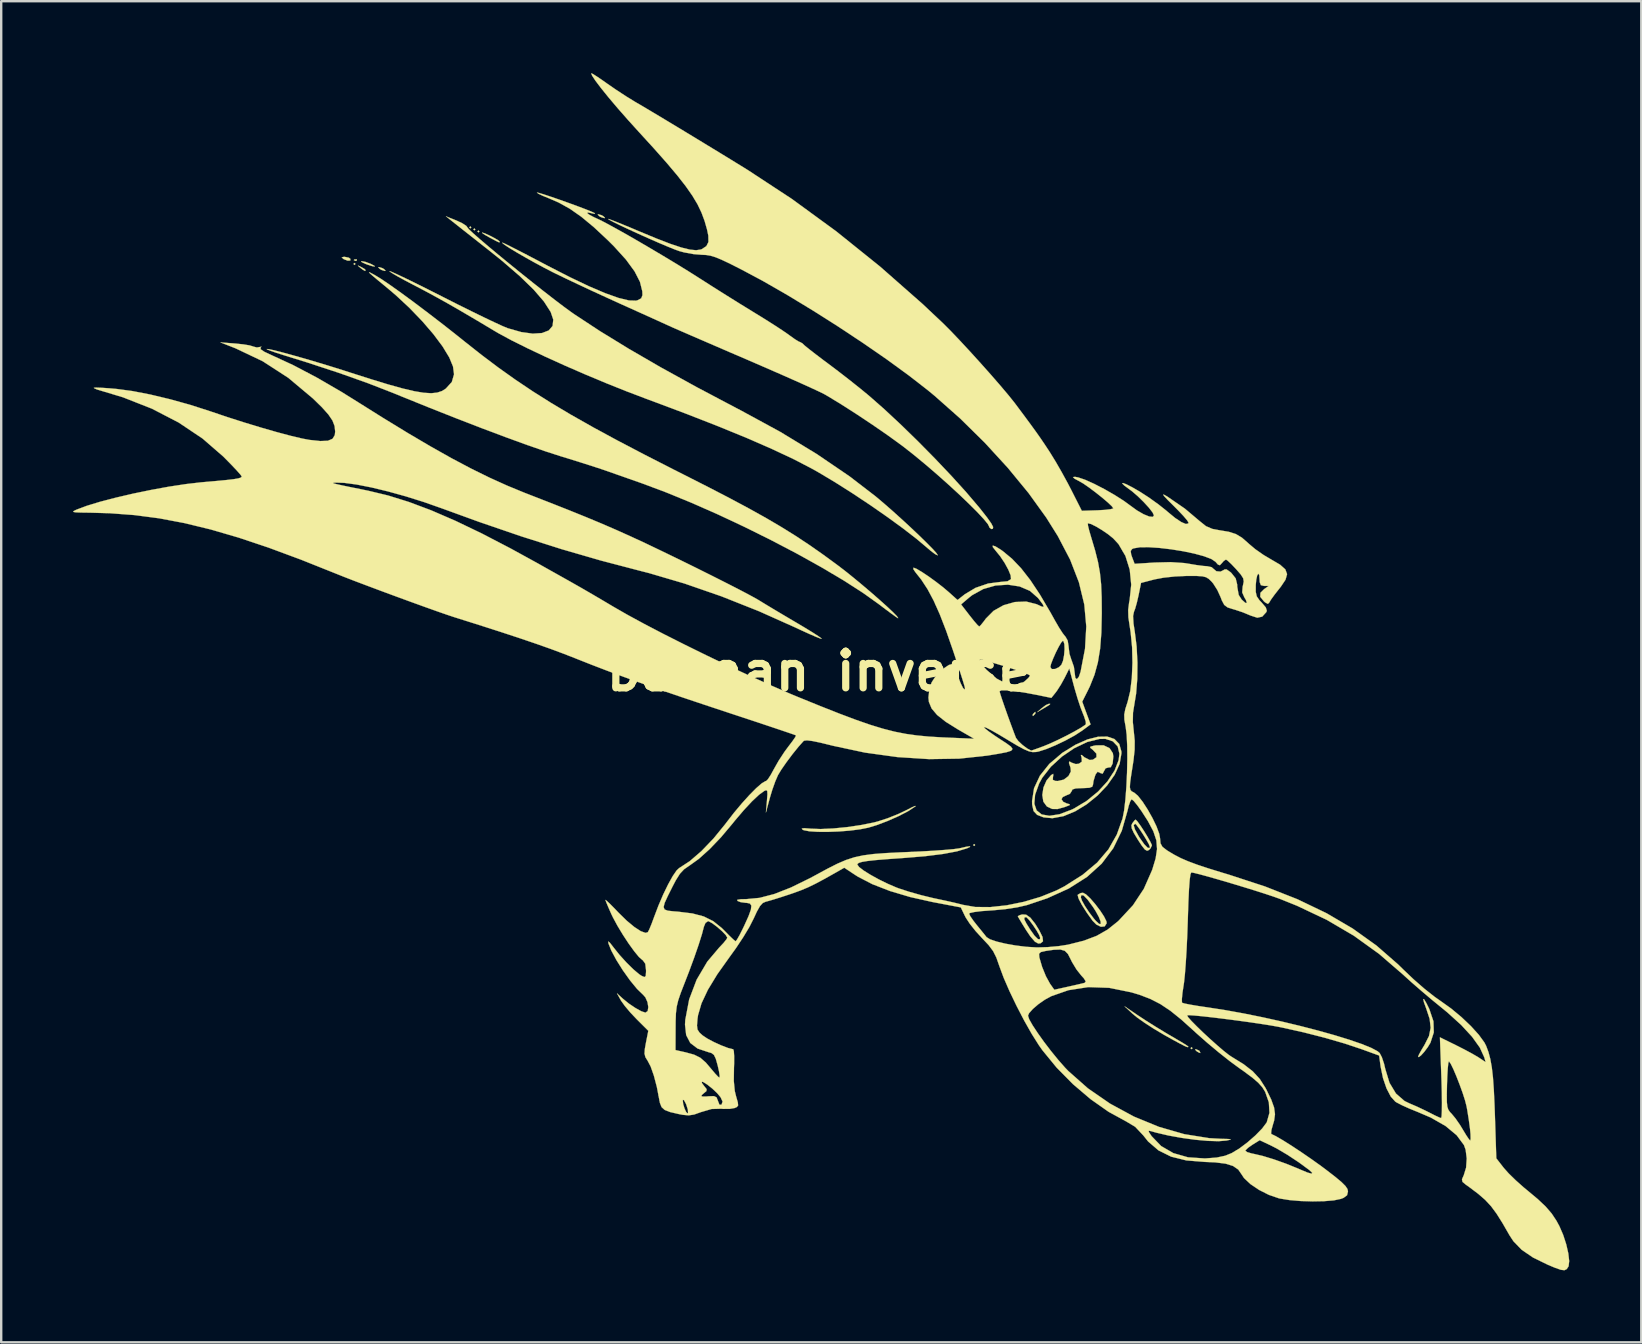
<source format=kicad_pcb>
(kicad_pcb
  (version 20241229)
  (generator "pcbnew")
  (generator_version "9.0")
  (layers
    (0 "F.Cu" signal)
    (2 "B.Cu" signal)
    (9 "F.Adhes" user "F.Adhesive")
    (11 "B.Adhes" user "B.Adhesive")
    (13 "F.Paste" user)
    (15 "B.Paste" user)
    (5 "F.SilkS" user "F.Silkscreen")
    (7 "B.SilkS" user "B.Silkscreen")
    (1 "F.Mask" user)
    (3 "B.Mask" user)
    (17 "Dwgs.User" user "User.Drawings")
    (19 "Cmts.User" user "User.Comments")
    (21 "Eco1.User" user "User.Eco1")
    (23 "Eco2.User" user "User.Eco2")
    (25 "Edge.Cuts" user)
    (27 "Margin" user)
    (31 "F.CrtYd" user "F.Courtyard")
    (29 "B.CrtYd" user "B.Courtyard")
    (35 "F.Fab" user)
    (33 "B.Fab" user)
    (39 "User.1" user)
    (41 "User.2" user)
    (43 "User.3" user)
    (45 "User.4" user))
  (footprint "batman inverse"
    (layer "F.Cu")
    (at 31.069 24.925)
    (property "Reference" "batman inverse" (at 0 0 0) (layer "F.SilkS") (effects (font (size 1.524 1.524) (thickness 0.3))))
    (attr through_hole)
    (fp_poly (pts (xy -19.304 -16.976) (xy -19.346 -16.933) (xy -19.389 -16.976) (xy -19.346 -17.018) (xy -19.304 -16.976)) (stroke (width 0.01) (type solid)) (fill yes) (layer "F.SilkS"))
    (fp_poly (pts (xy -14.478 -18.5) (xy -14.52 -18.457) (xy -14.563 -18.5) (xy -14.52 -18.542) (xy -14.478 -18.5)) (stroke (width 0.01) (type solid)) (fill yes) (layer "F.SilkS"))
    (fp_poly (pts (xy -14.309 -18.415) (xy -14.351 -18.373) (xy -14.393 -18.415) (xy -14.351 -18.457) (xy -14.309 -18.415)) (stroke (width 0.01) (type solid)) (fill yes) (layer "F.SilkS"))
    (fp_poly (pts (xy -14.139 -18.33) (xy -14.182 -18.288) (xy -14.224 -18.33) (xy -14.182 -18.373) (xy -14.139 -18.33)) (stroke (width 0.01) (type solid)) (fill yes) (layer "F.SilkS"))
    (fp_poly (pts (xy 6.519 7.239) (xy 6.477 7.281) (xy 6.435 7.239) (xy 6.477 7.197) (xy 6.519 7.239)) (stroke (width 0.01) (type solid)) (fill yes) (layer "F.SilkS"))
    (fp_poly (pts (xy 15.579 15.706) (xy 15.536 15.748) (xy 15.494 15.706) (xy 15.536 15.663) (xy 15.579 15.706)) (stroke (width 0.01) (type solid)) (fill yes) (layer "F.SilkS"))
    (fp_poly (pts (xy -19.248 -17.159) (xy -19.259 -17.109) (xy -19.304 -17.103) (xy -19.374 -17.134) (xy -19.36 -17.159) (xy -19.26 -17.169) (xy -19.248 -17.159)) (stroke (width 0.01) (type solid)) (fill yes) (layer "F.SilkS"))
    (fp_poly (pts (xy 15.857 15.81) (xy 15.875 15.833) (xy 15.905 15.909) (xy 15.825 15.88) (xy 15.748 15.833) (xy 15.683 15.765) (xy 15.722 15.749) (xy 15.857 15.81)) (stroke (width 0.01) (type solid)) (fill yes) (layer "F.SilkS"))
    (fp_poly (pts (xy -19.176 -16.9) (xy -19.071 -16.85) (xy -18.927 -16.767) (xy -18.881 -16.719) (xy -18.907 -16.683) (xy -19.009 -16.742) (xy -19.097 -16.811) (xy -19.206 -16.902) (xy -19.176 -16.9)) (stroke (width 0.01) (type solid)) (fill yes) (layer "F.SilkS"))
    (fp_poly (pts (xy -18.191 -16.804) (xy -18.119 -16.764) (xy -18.051 -16.697) (xy -18.076 -16.682) (xy -18.215 -16.724) (xy -18.288 -16.764) (xy -18.356 -16.831) (xy -18.33 -16.846) (xy -18.191 -16.804)) (stroke (width 0.01) (type solid)) (fill yes) (layer "F.SilkS"))
    (fp_poly (pts (xy -9.047 -19.005) (xy -8.975 -18.965) (xy -8.907 -18.898) (xy -8.932 -18.883) (xy -9.071 -18.925) (xy -9.144 -18.965) (xy -9.212 -19.032) (xy -9.186 -19.047) (xy -9.047 -19.005)) (stroke (width 0.01) (type solid)) (fill yes) (layer "F.SilkS"))
    (fp_poly (pts (xy 9.033 1.748) (xy 9.017 1.778) (xy 8.937 1.859) (xy 8.922 1.863) (xy 8.917 1.808) (xy 8.932 1.778) (xy 9.012 1.697) (xy 9.027 1.693) (xy 9.033 1.748)) (stroke (width 0.01) (type solid)) (fill yes) (layer "F.SilkS"))
    (fp_poly (pts (xy 9.647 1.359) (xy 9.628 1.389) (xy 9.508 1.465) (xy 9.356 1.555) (xy 9.102 1.703) (xy 9.302 1.529) (xy 9.469 1.406) (xy 9.591 1.355) (xy 9.647 1.359)) (stroke (width 0.01) (type solid)) (fill yes) (layer "F.SilkS"))
    (fp_poly (pts (xy -19.583 -17.237) (xy -19.516 -17.187) (xy -19.522 -17.118) (xy -19.63 -17.112) (xy -19.785 -17.171) (xy -19.812 -17.187) (xy -19.88 -17.25) (xy -19.796 -17.27) (xy -19.753 -17.271) (xy -19.583 -17.237)) (stroke (width 0.01) (type solid)) (fill yes) (layer "F.SilkS"))
    (fp_poly (pts (xy -18.887 -17.061) (xy -18.672 -16.98) (xy -18.669 -16.979) (xy -18.514 -16.897) (xy -18.501 -16.866) (xy -18.611 -16.885) (xy -18.824 -16.954) (xy -18.881 -16.976) (xy -19.037 -17.047) (xy -19.071 -17.089) (xy -19.05 -17.092) (xy -18.887 -17.061)) (stroke (width 0.01) (type solid)) (fill yes) (layer "F.SilkS"))
    (fp_poly (pts (xy -13.919 -18.252) (xy -13.732 -18.168) (xy -13.527 -18.062) (xy -13.361 -17.965) (xy -13.293 -17.905) (xy -13.293 -17.905) (xy -13.298 -17.877) (xy -13.339 -17.882) (xy -13.45 -17.935) (xy -13.669 -18.051) (xy -13.716 -18.076) (xy -13.917 -18.191) (xy -14.026 -18.267) (xy -14.03 -18.284) (xy -13.919 -18.252)) (stroke (width 0.01) (type solid)) (fill yes) (layer "F.SilkS"))
    (fp_poly (pts (xy 25.23 13.672) (xy 25.328 13.837) (xy 25.445 14.076) (xy 25.617 14.585) (xy 25.632 15.049) (xy 25.494 15.476) (xy 25.378 15.668) (xy 25.237 15.856) (xy 25.102 16.005) (xy 25.005 16.079) (xy 24.977 16.059) (xy 25.018 15.963) (xy 25.125 15.77) (xy 25.248 15.564) (xy 25.432 15.199) (xy 25.501 14.857) (xy 25.459 14.486) (xy 25.322 14.071) (xy 25.22 13.789) (xy 25.192 13.656) (xy 25.23 13.672)) (stroke (width 0.01) (type solid)) (fill yes) (layer "F.SilkS"))
    (fp_poly (pts (xy 13.293 14.333) (xy 13.62 14.548) (xy 14.027 14.804) (xy 14.443 15.057) (xy 14.605 15.153) (xy 14.973 15.368) (xy 15.215 15.513) (xy 15.352 15.6) (xy 15.405 15.645) (xy 15.394 15.66) (xy 15.36 15.661) (xy 15.261 15.621) (xy 15.046 15.511) (xy 14.746 15.349) (xy 14.392 15.151) (xy 14.36 15.132) (xy 13.965 14.897) (xy 13.591 14.655) (xy 13.28 14.436) (xy 13.09 14.281) (xy 12.742 13.958) (xy 13.293 14.333)) (stroke (width 0.01) (type solid)) (fill yes) (layer "F.SilkS"))
    (fp_poly (pts (xy 4.039 5.619) (xy 4.022 5.635) (xy 3.734 5.825) (xy 3.334 6.033) (xy 2.874 6.237) (xy 2.407 6.413) (xy 2.068 6.516) (xy 1.722 6.585) (xy 1.301 6.639) (xy 0.842 6.675) (xy 0.383 6.692) (xy -0.039 6.69) (xy -0.386 6.668) (xy -0.62 6.624) (xy -0.677 6.597) (xy -0.706 6.55) (xy -0.595 6.538) (xy -0.339 6.558) (xy 0.077 6.574) (xy 0.603 6.55) (xy 1.184 6.493) (xy 1.767 6.407) (xy 2.298 6.3) (xy 2.455 6.259) (xy 2.867 6.126) (xy 3.307 5.951) (xy 3.641 5.793) (xy 3.878 5.671) (xy 4.018 5.61) (xy 4.039 5.619)) (stroke (width 0.01) (type solid)) (fill yes) (layer "F.SilkS"))
    (fp_poly (pts (xy 8.642 10.142) (xy 8.819 10.266) (xy 9.022 10.523) (xy 9.184 10.784) (xy 9.326 11.071) (xy 9.347 11.251) (xy 9.247 11.335) (xy 9.148 11.345) (xy 9.011 11.269) (xy 8.821 11.05) (xy 8.645 10.79) (xy 8.481 10.524) (xy 8.358 10.32) (xy 8.328 10.265) (xy 8.569 10.265) (xy 8.57 10.342) (xy 8.652 10.505) (xy 8.814 10.766) (xy 8.996 11.022) (xy 9.135 11.161) (xy 9.215 11.169) (xy 9.229 11.108) (xy 9.184 10.985) (xy 9.072 10.79) (xy 8.926 10.572) (xy 8.781 10.379) (xy 8.669 10.26) (xy 8.638 10.245) (xy 8.569 10.265) (xy 8.328 10.265) (xy 8.299 10.214) (xy 8.297 10.207) (xy 8.367 10.167) (xy 8.473 10.134) (xy 8.642 10.142)) (stroke (width 0.01) (type solid)) (fill yes) (layer "F.SilkS"))
    (fp_poly (pts (xy 11.137 9.295) (xy 11.318 9.466) (xy 11.524 9.704) (xy 11.725 9.968) (xy 11.89 10.219) (xy 11.988 10.417) (xy 12.001 10.499) (xy 11.916 10.631) (xy 11.758 10.647) (xy 11.567 10.552) (xy 11.414 10.397) (xy 11.164 10.048) (xy 10.966 9.735) (xy 10.836 9.488) (xy 10.816 9.421) (xy 10.922 9.421) (xy 10.971 9.56) (xy 11.096 9.784) (xy 11.269 10.045) (xy 11.459 10.296) (xy 11.548 10.4) (xy 11.688 10.529) (xy 11.753 10.53) (xy 11.747 10.425) (xy 11.673 10.238) (xy 11.537 9.988) (xy 11.432 9.825) (xy 11.202 9.51) (xy 11.039 9.343) (xy 10.945 9.326) (xy 10.922 9.421) (xy 10.816 9.421) (xy 10.791 9.334) (xy 10.797 9.31) (xy 10.915 9.242) (xy 11.012 9.229) (xy 11.137 9.295)) (stroke (width 0.01) (type solid)) (fill yes) (layer "F.SilkS"))
    (fp_poly (pts (xy 13.275 6.248) (xy 13.398 6.418) (xy 13.549 6.646) (xy 13.698 6.889) (xy 13.818 7.101) (xy 13.882 7.237) (xy 13.885 7.257) (xy 13.827 7.38) (xy 13.761 7.448) (xy 13.683 7.48) (xy 13.591 7.427) (xy 13.463 7.266) (xy 13.303 7.023) (xy 13.13 6.735) (xy 13.044 6.547) (xy 13.032 6.419) (xy 13.036 6.41) (xy 13.125 6.41) (xy 13.177 6.588) (xy 13.341 6.885) (xy 13.386 6.956) (xy 13.563 7.205) (xy 13.702 7.348) (xy 13.785 7.369) (xy 13.801 7.315) (xy 13.759 7.208) (xy 13.652 7.017) (xy 13.512 6.789) (xy 13.367 6.571) (xy 13.248 6.41) (xy 13.187 6.352) (xy 13.125 6.41) (xy 13.036 6.41) (xy 13.066 6.337) (xy 13.161 6.213) (xy 13.207 6.181) (xy 13.275 6.248)) (stroke (width 0.01) (type solid)) (fill yes) (layer "F.SilkS"))
    (fp_poly (pts (xy 12.323 2.822) (xy 12.524 3.029) (xy 12.613 3.342) (xy 12.615 3.419) (xy 12.54 3.86) (xy 12.333 4.313) (xy 12.018 4.759) (xy 11.622 5.175) (xy 11.17 5.541) (xy 10.689 5.835) (xy 10.204 6.036) (xy 9.741 6.122) (xy 9.371 6.087) (xy 9.102 5.983) (xy 8.953 5.824) (xy 8.895 5.565) (xy 8.894 5.52) (xy 8.985 5.52) (xy 9.08 5.796) (xy 9.292 5.966) (xy 9.612 6.022) (xy 10.031 5.958) (xy 10.538 5.767) (xy 10.642 5.717) (xy 11.17 5.398) (xy 11.642 5.011) (xy 12.036 4.582) (xy 12.328 4.137) (xy 12.497 3.704) (xy 12.531 3.438) (xy 12.459 3.132) (xy 12.258 2.92) (xy 11.951 2.817) (xy 11.702 2.818) (xy 11.189 2.946) (xy 10.653 3.202) (xy 10.136 3.554) (xy 9.677 3.974) (xy 9.319 4.432) (xy 9.185 4.675) (xy 9.017 5.144) (xy 8.985 5.52) (xy 8.894 5.52) (xy 8.89 5.405) (xy 8.973 4.874) (xy 9.216 4.353) (xy 9.609 3.859) (xy 10.144 3.405) (xy 10.17 3.387) (xy 10.701 3.06) (xy 11.197 2.84) (xy 11.643 2.727) (xy 12.024 2.721) (xy 12.323 2.822)) (stroke (width 0.01) (type solid)) (fill yes) (layer "F.SilkS"))
    (fp_poly (pts (xy 12.119 3.201) (xy 12.258 3.414) (xy 12.277 3.551) (xy 12.249 3.845) (xy 12.169 3.999) (xy 12.066 4.01) (xy 11.955 4.044) (xy 11.896 4.147) (xy 11.831 4.268) (xy 11.736 4.241) (xy 11.721 4.229) (xy 11.623 4.188) (xy 11.547 4.283) (xy 11.516 4.357) (xy 11.451 4.575) (xy 11.43 4.726) (xy 11.398 4.811) (xy 11.278 4.855) (xy 11.031 4.868) (xy 10.986 4.868) (xy 10.712 4.881) (xy 10.575 4.924) (xy 10.541 4.995) (xy 10.468 5.106) (xy 10.329 5.165) (xy 10.17 5.24) (xy 10.118 5.331) (xy 10.19 5.44) (xy 10.329 5.504) (xy 10.459 5.541) (xy 10.457 5.577) (xy 10.309 5.636) (xy 10.253 5.656) (xy 9.949 5.741) (xy 9.727 5.737) (xy 9.525 5.642) (xy 9.502 5.626) (xy 9.361 5.433) (xy 9.317 5.155) (xy 9.365 4.843) (xy 9.496 4.545) (xy 9.682 4.328) (xy 9.771 4.273) (xy 9.774 4.352) (xy 9.762 4.398) (xy 9.757 4.522) (xy 9.858 4.568) (xy 9.966 4.572) (xy 10.212 4.514) (xy 10.406 4.367) (xy 10.507 4.176) (xy 10.495 4.022) (xy 10.427 3.818) (xy 10.449 3.755) (xy 10.537 3.807) (xy 10.712 3.866) (xy 10.837 3.853) (xy 10.964 3.768) (xy 10.957 3.613) (xy 10.924 3.488) (xy 10.964 3.49) (xy 11.074 3.585) (xy 11.293 3.696) (xy 11.424 3.685) (xy 11.574 3.581) (xy 11.572 3.433) (xy 11.419 3.27) (xy 11.312 3.186) (xy 11.325 3.139) (xy 11.479 3.099) (xy 11.547 3.087) (xy 11.872 3.085) (xy 12.119 3.201)) (stroke (width 0.01) (type solid)) (fill yes) (layer "F.SilkS"))
    (fp_poly (pts (xy -15.092 -18.783) (xy -14.85 -18.669) (xy -14.688 -18.563) (xy -14.647 -18.506) (xy -14.584 -18.426) (xy -14.404 -18.257) (xy -14.128 -18.014) (xy -13.774 -17.712) (xy -13.359 -17.366) (xy -12.903 -16.992) (xy -12.423 -16.603) (xy -11.938 -16.215) (xy -11.467 -15.843) (xy -11.028 -15.502) (xy -10.639 -15.206) (xy -10.319 -14.972) (xy -10.195 -14.885) (xy -9.126 -14.182) (xy -7.923 -13.444) (xy -6.579 -12.665) (xy -5.087 -11.843) (xy -3.441 -10.973) (xy -3.26 -10.879) (xy -1.605 -9.979) (xy -0.086 -9.057) (xy 1.286 -8.123) (xy 2.371 -7.289) (xy 2.701 -7.011) (xy 3.065 -6.693) (xy 3.444 -6.351) (xy 3.819 -6.006) (xy 4.17 -5.674) (xy 4.478 -5.373) (xy 4.726 -5.123) (xy 4.893 -4.94) (xy 4.96 -4.843) (xy 4.953 -4.832) (xy 4.847 -4.885) (xy 4.666 -5.021) (xy 4.53 -5.137) (xy 4.073 -5.522) (xy 3.5 -5.965) (xy 2.841 -6.444) (xy 2.13 -6.938) (xy 1.398 -7.424) (xy 0.678 -7.88) (xy 0.001 -8.284) (xy -0.27 -8.437) (xy -1.02 -8.828) (xy -1.926 -9.254) (xy -2.987 -9.718) (xy -4.208 -10.218) (xy -5.589 -10.757) (xy -7.132 -11.335) (xy -7.195 -11.358) (xy -8.006 -11.666) (xy -8.858 -12.007) (xy -9.726 -12.37) (xy -10.582 -12.742) (xy -11.398 -13.112) (xy -12.146 -13.466) (xy -12.8 -13.792) (xy -13.331 -14.079) (xy -13.49 -14.172) (xy -14.237 -14.618) (xy -14.871 -14.991) (xy -15.424 -15.31) (xy -15.926 -15.59) (xy -16.408 -15.851) (xy -16.891 -16.104) (xy -17.269 -16.303) (xy -17.576 -16.472) (xy -17.789 -16.598) (xy -17.886 -16.667) (xy -17.884 -16.676) (xy -17.783 -16.64) (xy -17.552 -16.535) (xy -17.211 -16.373) (xy -16.778 -16.162) (xy -16.276 -15.911) (xy -15.723 -15.632) (xy -15.598 -15.568) (xy -15.014 -15.273) (xy -14.455 -14.996) (xy -13.947 -14.748) (xy -13.514 -14.542) (xy -13.179 -14.388) (xy -12.968 -14.3) (xy -12.954 -14.295) (xy -12.394 -14.136) (xy -11.916 -14.071) (xy -11.531 -14.096) (xy -11.251 -14.204) (xy -11.091 -14.392) (xy -11.062 -14.655) (xy -11.17 -14.974) (xy -11.449 -15.407) (xy -11.879 -15.906) (xy -12.461 -16.471) (xy -13.195 -17.104) (xy -13.637 -17.46) (xy -14.063 -17.796) (xy -14.463 -18.112) (xy -14.811 -18.386) (xy -15.079 -18.598) (xy -15.241 -18.727) (xy -15.246 -18.73) (xy -15.536 -18.961) (xy -15.092 -18.783)) (stroke (width 0.01) (type solid)) (fill yes) (layer "F.SilkS"))
    (fp_poly (pts (xy -18.68 -16.609) (xy -18.537 -16.532) (xy -18.478 -16.499) (xy -18.21 -16.334) (xy -17.833 -16.077) (xy -17.369 -15.746) (xy -16.838 -15.355) (xy -16.263 -14.921) (xy -15.665 -14.461) (xy -15.065 -13.989) (xy -14.752 -13.738) (xy -14.046 -13.181) (xy -13.351 -12.657) (xy -12.65 -12.158) (xy -11.924 -11.671) (xy -11.156 -11.186) (xy -10.328 -10.693) (xy -9.421 -10.179) (xy -8.418 -9.635) (xy -7.3 -9.049) (xy -6.051 -8.41) (xy -5.63 -8.198) (xy -4.595 -7.673) (xy -3.693 -7.205) (xy -2.901 -6.781) (xy -2.198 -6.389) (xy -1.562 -6.016) (xy -0.971 -5.648) (xy -0.403 -5.273) (xy 0.162 -4.878) (xy 0.748 -4.45) (xy 0.803 -4.409) (xy 1.118 -4.167) (xy 1.471 -3.883) (xy 1.843 -3.574) (xy 2.212 -3.26) (xy 2.558 -2.957) (xy 2.861 -2.684) (xy 3.102 -2.457) (xy 3.259 -2.296) (xy 3.312 -2.218) (xy 3.302 -2.213) (xy 3.222 -2.264) (xy 3.037 -2.397) (xy 2.776 -2.591) (xy 2.525 -2.782) (xy 1.849 -3.265) (xy 1.037 -3.787) (xy 0.113 -4.335) (xy -0.897 -4.897) (xy -1.97 -5.459) (xy -3.079 -6.01) (xy -4.199 -6.536) (xy -5.307 -7.024) (xy -6.377 -7.463) (xy -7.384 -7.84) (xy -7.493 -7.878) (xy -7.91 -8.024) (xy -8.362 -8.183) (xy -8.752 -8.321) (xy -8.763 -8.325) (xy -9.049 -8.423) (xy -9.454 -8.555) (xy -9.936 -8.709) (xy -10.452 -8.87) (xy -10.77 -8.967) (xy -11.389 -9.167) (xy -12.146 -9.429) (xy -13.022 -9.748) (xy -14.002 -10.116) (xy -15.069 -10.528) (xy -16.204 -10.977) (xy -17.392 -11.457) (xy -17.738 -11.599) (xy -18.785 -12.006) (xy -19.99 -12.434) (xy -21.341 -12.878) (xy -22.292 -13.173) (xy -22.612 -13.275) (xy -22.856 -13.36) (xy -22.99 -13.416) (xy -23.004 -13.431) (xy -22.91 -13.424) (xy -22.679 -13.373) (xy -22.336 -13.285) (xy -21.904 -13.167) (xy -21.409 -13.027) (xy -20.875 -12.869) (xy -20.327 -12.703) (xy -19.788 -12.534) (xy -19.54 -12.454) (xy -18.669 -12.176) (xy -17.942 -11.954) (xy -17.342 -11.787) (xy -16.853 -11.672) (xy -16.46 -11.607) (xy -16.147 -11.588) (xy -15.899 -11.614) (xy -15.7 -11.68) (xy -15.541 -11.78) (xy -15.29 -12.057) (xy -15.198 -12.378) (xy -15.24 -12.7) (xy -15.397 -13.08) (xy -15.674 -13.536) (xy -16.053 -14.044) (xy -16.517 -14.584) (xy -17.046 -15.134) (xy -17.622 -15.671) (xy -17.991 -15.985) (xy -18.351 -16.281) (xy -18.589 -16.48) (xy -18.716 -16.594) (xy -18.743 -16.633) (xy -18.68 -16.609)) (stroke (width 0.01) (type solid)) (fill yes) (layer "F.SilkS"))
    (fp_poly (pts (xy -11.657 -19.935) (xy -11.447 -19.871) (xy -11.145 -19.771) (xy -10.788 -19.648) (xy -10.407 -19.512) (xy -10.038 -19.377) (xy -9.713 -19.254) (xy -9.468 -19.155) (xy -9.335 -19.093) (xy -9.322 -19.084) (xy -9.349 -19.063) (xy -9.461 -19.088) (xy -9.622 -19.122) (xy -9.646 -19.094) (xy -9.551 -19.02) (xy -9.35 -18.915) (xy -9.275 -18.882) (xy -9.025 -18.762) (xy -8.658 -18.566) (xy -8.197 -18.311) (xy -7.669 -18.01) (xy -7.1 -17.678) (xy -6.515 -17.331) (xy -5.938 -16.984) (xy -5.397 -16.65) (xy -4.916 -16.345) (xy -4.911 -16.342) (xy -4.401 -16.016) (xy -3.826 -15.654) (xy -3.252 -15.296) (xy -2.744 -14.984) (xy -2.679 -14.944) (xy -2.26 -14.686) (xy -1.86 -14.433) (xy -1.517 -14.209) (xy -1.27 -14.039) (xy -1.218 -14) (xy -0.999 -13.843) (xy -0.83 -13.74) (xy -0.768 -13.716) (xy -0.667 -13.657) (xy -0.663 -13.649) (xy -0.589 -13.578) (xy -0.402 -13.426) (xy -0.128 -13.213) (xy 0.208 -12.958) (xy 0.371 -12.837) (xy 0.811 -12.505) (xy 1.279 -12.142) (xy 1.722 -11.79) (xy 2.085 -11.492) (xy 2.107 -11.473) (xy 2.735 -10.921) (xy 3.421 -10.281) (xy 4.135 -9.585) (xy 4.846 -8.864) (xy 5.524 -8.149) (xy 6.138 -7.472) (xy 6.657 -6.863) (xy 6.752 -6.746) (xy 7.025 -6.398) (xy 7.193 -6.159) (xy 7.268 -6.013) (xy 7.257 -5.941) (xy 7.197 -5.927) (xy 7.114 -5.989) (xy 7.112 -6.008) (xy 7.05 -6.133) (xy 6.874 -6.348) (xy 6.604 -6.638) (xy 6.256 -6.985) (xy 5.85 -7.373) (xy 5.402 -7.785) (xy 4.93 -8.205) (xy 4.453 -8.615) (xy 3.989 -8.999) (xy 3.555 -9.341) (xy 3.429 -9.436) (xy 2.869 -9.841) (xy 2.233 -10.28) (xy 1.571 -10.72) (xy 0.932 -11.129) (xy 0.365 -11.473) (xy 0.254 -11.538) (xy 0.089 -11.622) (xy -0.212 -11.763) (xy -0.627 -11.952) (xy -1.137 -12.18) (xy -1.722 -12.438) (xy -2.36 -12.716) (xy -2.989 -12.989) (xy -3.653 -13.274) (xy -4.277 -13.544) (xy -4.842 -13.788) (xy -5.328 -13.998) (xy -5.717 -14.167) (xy -5.989 -14.286) (xy -6.122 -14.344) (xy -6.274 -14.414) (xy -6.555 -14.541) (xy -6.94 -14.716) (xy -7.405 -14.926) (xy -7.923 -15.16) (xy -8.274 -15.318) (xy -8.866 -15.588) (xy -9.469 -15.865) (xy -10.044 -16.134) (xy -10.555 -16.376) (xy -10.964 -16.574) (xy -11.092 -16.637) (xy -11.463 -16.829) (xy -11.852 -17.039) (xy -12.234 -17.253) (xy -12.584 -17.455) (xy -12.876 -17.632) (xy -13.085 -17.768) (xy -13.186 -17.849) (xy -13.183 -17.865) (xy -13.093 -17.827) (xy -12.876 -17.72) (xy -12.551 -17.555) (xy -12.14 -17.343) (xy -11.665 -17.094) (xy -11.291 -16.897) (xy -10.375 -16.427) (xy -9.574 -16.045) (xy -8.893 -15.755) (xy -8.336 -15.557) (xy -7.907 -15.454) (xy -7.611 -15.446) (xy -7.553 -15.461) (xy -7.398 -15.542) (xy -7.346 -15.673) (xy -7.352 -15.836) (xy -7.45 -16.231) (xy -7.674 -16.667) (xy -8.031 -17.155) (xy -8.529 -17.705) (xy -8.794 -17.969) (xy -9.378 -18.514) (xy -9.894 -18.942) (xy -10.37 -19.275) (xy -10.836 -19.534) (xy -11.232 -19.706) (xy -11.497 -19.814) (xy -11.68 -19.901) (xy -11.744 -19.949) (xy -11.743 -19.95) (xy -11.657 -19.935)) (stroke (width 0.01) (type solid)) (fill yes) (layer "F.SilkS"))
    (fp_poly (pts (xy -9.419 -24.896) (xy -9.249 -24.79) (xy -9.001 -24.622) (xy -8.828 -24.499) (xy -8.448 -24.237) (xy -8.031 -23.964) (xy -7.652 -23.731) (xy -7.579 -23.688) (xy -7.296 -23.523) (xy -6.895 -23.284) (xy -6.4 -22.987) (xy -5.836 -22.647) (xy -5.23 -22.28) (xy -4.607 -21.901) (xy -3.991 -21.526) (xy -3.409 -21.169) (xy -2.963 -20.894) (xy -1.122 -19.686) (xy 0.728 -18.336) (xy 2.554 -16.868) (xy 4.328 -15.307) (xy 5.196 -14.489) (xy 5.504 -14.18) (xy 5.883 -13.782) (xy 6.306 -13.326) (xy 6.746 -12.841) (xy 7.179 -12.355) (xy 7.576 -11.898) (xy 7.912 -11.5) (xy 8.161 -11.189) (xy 8.191 -11.149) (xy 8.555 -10.662) (xy 8.837 -10.28) (xy 9.061 -9.971) (xy 9.249 -9.704) (xy 9.422 -9.449) (xy 9.601 -9.176) (xy 9.639 -9.118) (xy 9.865 -8.751) (xy 10.125 -8.3) (xy 10.38 -7.834) (xy 10.516 -7.572) (xy 10.964 -6.688) (xy 11.62 -6.709) (xy 11.929 -6.727) (xy 12.16 -6.754) (xy 12.272 -6.785) (xy 12.276 -6.793) (xy 12.213 -6.88) (xy 12.046 -7.038) (xy 11.809 -7.239) (xy 11.538 -7.455) (xy 11.265 -7.659) (xy 11.027 -7.824) (xy 10.868 -7.916) (xy 10.656 -8.03) (xy 10.594 -8.094) (xy 10.685 -8.103) (xy 10.816 -8.078) (xy 11.101 -7.982) (xy 11.479 -7.812) (xy 11.905 -7.592) (xy 12.332 -7.347) (xy 12.717 -7.102) (xy 12.967 -6.919) (xy 13.263 -6.704) (xy 13.541 -6.544) (xy 13.772 -6.45) (xy 13.924 -6.436) (xy 13.97 -6.497) (xy 13.911 -6.622) (xy 13.757 -6.821) (xy 13.54 -7.057) (xy 13.296 -7.296) (xy 13.057 -7.502) (xy 12.96 -7.574) (xy 12.735 -7.741) (xy 12.646 -7.831) (xy 12.681 -7.846) (xy 12.828 -7.79) (xy 13.073 -7.664) (xy 13.384 -7.484) (xy 13.763 -7.239) (xy 14.153 -6.959) (xy 14.484 -6.697) (xy 14.55 -6.639) (xy 14.851 -6.391) (xy 15.108 -6.22) (xy 15.298 -6.139) (xy 15.399 -6.159) (xy 15.409 -6.2) (xy 15.352 -6.293) (xy 15.199 -6.473) (xy 14.974 -6.711) (xy 14.799 -6.887) (xy 14.537 -7.147) (xy 14.391 -7.303) (xy 14.352 -7.366) (xy 14.412 -7.348) (xy 14.524 -7.284) (xy 15.261 -6.777) (xy 15.875 -6.259) (xy 16.138 -6.048) (xy 16.404 -5.934) (xy 16.679 -5.882) (xy 17.086 -5.814) (xy 17.385 -5.719) (xy 17.638 -5.568) (xy 17.905 -5.334) (xy 17.927 -5.313) (xy 18.193 -5.089) (xy 18.536 -4.849) (xy 18.854 -4.661) (xy 19.226 -4.443) (xy 19.445 -4.248) (xy 19.518 -4.049) (xy 19.453 -3.817) (xy 19.258 -3.526) (xy 19.192 -3.443) (xy 18.998 -3.196) (xy 18.849 -2.99) (xy 18.776 -2.868) (xy 18.776 -2.867) (xy 18.719 -2.808) (xy 18.604 -2.87) (xy 18.554 -2.913) (xy 18.399 -3.104) (xy 18.407 -3.271) (xy 18.561 -3.424) (xy 18.749 -3.556) (xy 18.561 -3.556) (xy 18.425 -3.589) (xy 18.376 -3.72) (xy 18.373 -3.81) (xy 18.357 -4.013) (xy 18.319 -4.069) (xy 18.273 -3.997) (xy 18.233 -3.816) (xy 18.213 -3.596) (xy 18.212 -3.311) (xy 18.254 -3.124) (xy 18.363 -2.965) (xy 18.463 -2.86) (xy 18.632 -2.661) (xy 18.674 -2.522) (xy 18.652 -2.465) (xy 18.482 -2.278) (xy 18.276 -2.233) (xy 17.997 -2.323) (xy 17.981 -2.33) (xy 17.678 -2.456) (xy 17.343 -2.568) (xy 17.273 -2.587) (xy 17.039 -2.661) (xy 16.899 -2.766) (xy 16.799 -2.953) (xy 16.747 -3.091) (xy 16.611 -3.388) (xy 16.439 -3.658) (xy 16.371 -3.738) (xy 16.255 -3.85) (xy 16.141 -3.92) (xy 15.988 -3.958) (xy 15.753 -3.973) (xy 15.397 -3.974) (xy 15.33 -3.974) (xy 14.846 -3.952) (xy 14.371 -3.901) (xy 13.985 -3.828) (xy 13.976 -3.825) (xy 13.432 -3.683) (xy 13.327 -3.161) (xy 13.257 -2.858) (xy 13.185 -2.604) (xy 13.137 -2.48) (xy 13.1 -2.302) (xy 13.118 -1.993) (xy 13.171 -1.648) (xy 13.248 -1.037) (xy 13.282 -0.362) (xy 13.275 0.317) (xy 13.226 0.937) (xy 13.166 1.301) (xy 13.097 1.726) (xy 13.09 2.116) (xy 13.129 2.501) (xy 13.168 2.892) (xy 13.165 3.27) (xy 13.118 3.708) (xy 13.084 3.929) (xy 13.017 4.357) (xy 12.977 4.648) (xy 12.967 4.832) (xy 12.989 4.941) (xy 13.043 5.003) (xy 13.133 5.05) (xy 13.145 5.055) (xy 13.302 5.187) (xy 13.497 5.435) (xy 13.707 5.759) (xy 13.908 6.116) (xy 14.077 6.466) (xy 14.189 6.768) (xy 14.224 6.957) (xy 14.243 7.17) (xy 14.325 7.317) (xy 14.513 7.461) (xy 14.563 7.493) (xy 14.823 7.648) (xy 15.091 7.787) (xy 15.397 7.919) (xy 15.769 8.058) (xy 16.236 8.213) (xy 16.827 8.395) (xy 17.103 8.478) (xy 18.601 8.968) (xy 19.948 9.499) (xy 21.161 10.081) (xy 22.253 10.721) (xy 23.241 11.428) (xy 24.14 12.211) (xy 24.357 12.424) (xy 24.788 12.834) (xy 25.24 13.228) (xy 25.666 13.565) (xy 25.924 13.746) (xy 26.358 14.056) (xy 26.787 14.413) (xy 27.181 14.788) (xy 27.509 15.15) (xy 27.741 15.469) (xy 27.813 15.608) (xy 27.911 15.872) (xy 27.988 16.162) (xy 28.049 16.503) (xy 28.097 16.92) (xy 28.134 17.441) (xy 28.164 18.092) (xy 28.179 18.508) (xy 28.237 20.295) (xy 28.547 20.694) (xy 28.754 20.926) (xy 29.048 21.213) (xy 29.377 21.506) (xy 29.531 21.633) (xy 29.968 21.998) (xy 30.295 22.307) (xy 30.543 22.595) (xy 30.744 22.898) (xy 30.867 23.125) (xy 31.025 23.49) (xy 31.152 23.883) (xy 31.238 24.26) (xy 31.274 24.577) (xy 31.25 24.79) (xy 31.241 24.809) (xy 31.17 24.914) (xy 31.076 24.959) (xy 30.926 24.942) (xy 30.686 24.858) (xy 30.389 24.734) (xy 29.77 24.432) (xy 29.299 24.112) (xy 28.953 23.755) (xy 28.792 23.511) (xy 28.498 23) (xy 28.25 22.605) (xy 28.019 22.293) (xy 27.773 22.028) (xy 27.484 21.777) (xy 27.122 21.504) (xy 26.969 21.395) (xy 26.828 21.279) (xy 26.806 21.17) (xy 26.882 20.998) (xy 26.978 20.684) (xy 27.004 20.303) (xy 26.959 19.939) (xy 26.889 19.744) (xy 26.585 19.334) (xy 26.123 18.95) (xy 25.512 18.6) (xy 24.976 18.37) (xy 24.624 18.227) (xy 24.308 18.085) (xy 24.081 17.967) (xy 24.03 17.935) (xy 23.839 17.723) (xy 23.662 17.382) (xy 23.515 16.953) (xy 23.416 16.476) (xy 23.413 16.452) (xy 23.354 16.013) (xy 22.62 15.746) (xy 21.911 15.51) (xy 21.091 15.272) (xy 20.214 15.048) (xy 19.337 14.852) (xy 19.135 14.811) (xy 18.808 14.753) (xy 18.394 14.688) (xy 17.921 14.619) (xy 17.418 14.55) (xy 16.912 14.485) (xy 16.433 14.426) (xy 16.009 14.379) (xy 15.669 14.346) (xy 15.44 14.331) (xy 15.353 14.337) (xy 15.39 14.41) (xy 15.531 14.57) (xy 15.749 14.791) (xy 16.017 15.051) (xy 16.312 15.324) (xy 16.606 15.587) (xy 16.873 15.816) (xy 17.089 15.986) (xy 17.199 16.06) (xy 17.706 16.373) (xy 18.087 16.67) (xy 18.378 16.986) (xy 18.614 17.355) (xy 18.649 17.419) (xy 18.857 17.847) (xy 18.976 18.179) (xy 19.014 18.458) (xy 18.978 18.726) (xy 18.929 18.889) (xy 18.866 19.113) (xy 18.852 19.257) (xy 18.866 19.284) (xy 19.05 19.373) (xy 19.339 19.541) (xy 19.703 19.77) (xy 20.111 20.04) (xy 20.532 20.329) (xy 20.936 20.618) (xy 21.124 20.758) (xy 21.513 21.058) (xy 21.782 21.282) (xy 21.949 21.448) (xy 22.034 21.575) (xy 22.056 21.675) (xy 22.017 21.836) (xy 21.871 21.944) (xy 21.759 21.987) (xy 21.469 22.048) (xy 21.06 22.082) (xy 20.583 22.091) (xy 20.085 22.076) (xy 19.616 22.036) (xy 19.226 21.973) (xy 19.173 21.961) (xy 18.757 21.818) (xy 18.348 21.611) (xy 17.989 21.369) (xy 17.724 21.119) (xy 17.627 20.973) (xy 17.484 20.765) (xy 17.269 20.617) (xy 16.958 20.519) (xy 16.524 20.465) (xy 16.088 20.446) (xy 15.322 20.384) (xy 14.684 20.226) (xy 14.158 19.965) (xy 13.727 19.594) (xy 13.525 19.341) (xy 13.188 18.983) (xy 12.812 18.758) (xy 12.08 18.358) (xy 11.329 17.83) (xy 10.595 17.205) (xy 9.914 16.515) (xy 9.323 15.793) (xy 9.172 15.579) (xy 8.877 15.111) (xy 8.56 14.551) (xy 8.458 14.354) (xy 8.721 14.354) (xy 8.773 14.506) (xy 8.915 14.756) (xy 9.128 15.078) (xy 9.389 15.444) (xy 9.679 15.823) (xy 9.977 16.189) (xy 10.262 16.513) (xy 10.4 16.657) (xy 11.218 17.38) (xy 12.141 18.017) (xy 13.139 18.558) (xy 14.181 18.986) (xy 15.236 19.29) (xy 16.276 19.456) (xy 16.764 19.483) (xy 17.043 19.49) (xy 17.167 19.501) (xy 17.148 19.521) (xy 17 19.554) (xy 16.99 19.556) (xy 16.665 19.582) (xy 16.218 19.569) (xy 15.692 19.522) (xy 15.129 19.445) (xy 14.569 19.344) (xy 14.056 19.224) (xy 13.851 19.165) (xy 13.756 19.145) (xy 13.754 19.193) (xy 13.85 19.34) (xy 13.876 19.376) (xy 14.27 19.785) (xy 14.779 20.08) (xy 15.389 20.254) (xy 16.088 20.301) (xy 16.129 20.299) (xy 16.585 20.264) (xy 16.939 20.188) (xy 17.212 20.077) (xy 17.373 19.981) (xy 17.78 19.981) (xy 17.855 20.037) (xy 18.043 20.093) (xy 18.133 20.111) (xy 18.502 20.197) (xy 18.968 20.339) (xy 19.476 20.52) (xy 19.971 20.721) (xy 20.066 20.763) (xy 20.366 20.888) (xy 20.536 20.935) (xy 20.568 20.904) (xy 20.456 20.795) (xy 20.441 20.782) (xy 20.01 20.465) (xy 19.54 20.154) (xy 19.094 19.89) (xy 18.851 19.765) (xy 18.378 19.541) (xy 18.079 19.726) (xy 17.893 19.856) (xy 17.788 19.959) (xy 17.78 19.981) (xy 17.373 19.981) (xy 17.521 19.892) (xy 17.864 19.634) (xy 18.198 19.342) (xy 18.478 19.055) (xy 18.661 18.811) (xy 18.673 18.788) (xy 18.783 18.401) (xy 18.758 17.962) (xy 18.605 17.527) (xy 18.487 17.336) (xy 18.316 17.145) (xy 18.067 16.931) (xy 17.71 16.666) (xy 17.526 16.537) (xy 17.13 16.246) (xy 16.665 15.877) (xy 16.183 15.474) (xy 15.735 15.079) (xy 15.632 14.984) (xy 15.108 14.512) (xy 14.656 14.148) (xy 14.241 13.87) (xy 13.826 13.656) (xy 13.823 13.655) (xy 15.134 13.655) (xy 15.137 13.798) (xy 15.143 13.812) (xy 15.244 13.844) (xy 15.478 13.891) (xy 15.81 13.947) (xy 16.206 14.006) (xy 16.214 14.007) (xy 16.938 14.119) (xy 17.706 14.258) (xy 18.497 14.418) (xy 19.291 14.594) (xy 20.069 14.781) (xy 20.81 14.973) (xy 21.496 15.165) (xy 22.107 15.353) (xy 22.622 15.53) (xy 23.023 15.692) (xy 23.288 15.833) (xy 23.377 15.909) (xy 23.468 16.082) (xy 23.559 16.354) (xy 23.611 16.575) (xy 23.786 17.149) (xy 24.055 17.596) (xy 24.412 17.907) (xy 24.603 18) (xy 24.929 18.14) (xy 25.288 18.31) (xy 25.439 18.386) (xy 25.684 18.511) (xy 25.869 18.596) (xy 25.938 18.619) (xy 25.957 18.541) (xy 25.968 18.319) (xy 25.971 17.979) (xy 25.967 17.664) (xy 26.174 17.664) (xy 26.177 17.953) (xy 26.196 18.143) (xy 26.238 18.27) (xy 26.306 18.368) (xy 26.374 18.438) (xy 26.535 18.632) (xy 26.724 18.904) (xy 26.846 19.105) (xy 26.989 19.342) (xy 27.101 19.506) (xy 27.152 19.558) (xy 27.167 19.482) (xy 27.162 19.285) (xy 27.142 19.071) (xy 27.091 18.693) (xy 27.027 18.292) (xy 26.997 18.128) (xy 26.934 17.882) (xy 26.833 17.567) (xy 26.708 17.221) (xy 26.575 16.88) (xy 26.448 16.582) (xy 26.341 16.363) (xy 26.269 16.26) (xy 26.259 16.257) (xy 26.236 16.336) (xy 26.214 16.551) (xy 26.195 16.869) (xy 26.182 17.241) (xy 26.174 17.664) (xy 25.967 17.664) (xy 25.966 17.544) (xy 25.952 17.042) (xy 25.948 16.94) (xy 25.887 15.253) (xy 26.554 15.581) (xy 26.899 15.756) (xy 27.221 15.929) (xy 27.463 16.069) (xy 27.506 16.097) (xy 27.792 16.286) (xy 27.732 16.08) (xy 27.551 15.683) (xy 27.228 15.231) (xy 26.774 14.739) (xy 26.201 14.219) (xy 25.993 14.048) (xy 25.573 13.705) (xy 25.134 13.334) (xy 24.724 12.978) (xy 24.393 12.679) (xy 24.368 12.655) (xy 23.352 11.777) (xy 22.299 11.019) (xy 21.172 10.358) (xy 19.936 9.773) (xy 19.219 9.484) (xy 18.95 9.388) (xy 18.579 9.265) (xy 18.137 9.124) (xy 17.653 8.975) (xy 17.156 8.825) (xy 16.676 8.684) (xy 16.243 8.56) (xy 15.887 8.463) (xy 15.636 8.401) (xy 15.528 8.382) (xy 15.492 8.457) (xy 15.46 8.684) (xy 15.431 9.067) (xy 15.405 9.611) (xy 15.382 10.32) (xy 15.38 10.393) (xy 15.358 11.007) (xy 15.33 11.607) (xy 15.296 12.157) (xy 15.26 12.625) (xy 15.223 12.973) (xy 15.207 13.081) (xy 15.158 13.402) (xy 15.134 13.655) (xy 13.823 13.655) (xy 13.377 13.484) (xy 13.024 13.378) (xy 12.102 13.191) (xy 11.233 13.161) (xy 10.405 13.29) (xy 9.698 13.536) (xy 9.427 13.683) (xy 9.154 13.873) (xy 8.92 14.074) (xy 8.763 14.252) (xy 8.721 14.354) (xy 8.458 14.354) (xy 8.245 13.944) (xy 7.953 13.336) (xy 7.708 12.773) (xy 7.533 12.302) (xy 7.524 12.277) (xy 7.402 11.929) (xy 7.324 11.772) (xy 9.182 11.772) (xy 9.192 11.914) (xy 9.195 11.928) (xy 9.308 12.315) (xy 9.467 12.707) (xy 9.64 13.022) (xy 9.656 13.044) (xy 9.817 13.271) (xy 10.391 13.144) (xy 10.697 13.075) (xy 10.947 13.017) (xy 11.084 12.983) (xy 11.127 12.924) (xy 11.047 12.793) (xy 10.94 12.676) (xy 10.742 12.426) (xy 10.556 12.118) (xy 10.499 12.002) (xy 10.385 11.78) (xy 10.256 11.649) (xy 10.072 11.595) (xy 9.796 11.605) (xy 9.463 11.653) (xy 9.258 11.7) (xy 9.182 11.772) (xy 7.324 11.772) (xy 7.268 11.662) (xy 7.083 11.414) (xy 6.808 11.121) (xy 6.805 11.118) (xy 6.537 10.825) (xy 6.296 10.521) (xy 6.126 10.262) (xy 6.103 10.217) (xy 6.046 10.1) (xy 6.265 10.1) (xy 6.316 10.207) (xy 6.446 10.395) (xy 6.583 10.57) (xy 6.772 10.801) (xy 6.926 10.992) (xy 6.992 11.077) (xy 7.137 11.168) (xy 7.412 11.262) (xy 7.781 11.351) (xy 8.205 11.426) (xy 8.646 11.481) (xy 9.066 11.506) (xy 9.117 11.507) (xy 9.545 11.494) (xy 10.001 11.453) (xy 10.386 11.393) (xy 10.387 11.393) (xy 11.047 11.227) (xy 11.583 11.024) (xy 12.039 10.764) (xy 12.462 10.426) (xy 12.5 10.391) (xy 13.094 9.752) (xy 13.548 9.066) (xy 13.891 8.288) (xy 13.901 8.26) (xy 14.04 7.8) (xy 14.099 7.407) (xy 14.07 7.043) (xy 13.945 6.668) (xy 13.718 6.241) (xy 13.447 5.821) (xy 13.272 5.578) (xy 13.128 5.404) (xy 13.043 5.334) (xy 13.042 5.334) (xy 12.986 5.41) (xy 12.918 5.606) (xy 12.866 5.821) (xy 12.629 6.647) (xy 12.273 7.376) (xy 11.792 8.016) (xy 11.178 8.572) (xy 10.424 9.05) (xy 9.525 9.458) (xy 8.678 9.743) (xy 8.275 9.836) (xy 7.773 9.913) (xy 7.247 9.962) (xy 7.176 9.966) (xy 6.788 9.994) (xy 6.488 10.031) (xy 6.306 10.071) (xy 6.265 10.1) (xy 6.046 10.1) (xy 5.92 9.839) (xy 4.735 9.614) (xy 3.814 9.408) (xy 2.971 9.157) (xy 2.234 8.871) (xy 1.631 8.558) (xy 1.527 8.492) (xy 1.064 8.186) (xy 0.722 8.381) (xy 0.244 8.65) (xy -0.133 8.851) (xy -0.452 9.006) (xy -0.757 9.133) (xy -1.091 9.254) (xy -1.228 9.3) (xy -1.587 9.418) (xy -1.908 9.518) (xy -2.141 9.585) (xy -2.206 9.601) (xy -2.331 9.656) (xy -2.448 9.784) (xy -2.578 10.015) (xy -2.709 10.298) (xy -2.888 10.651) (xy -3.147 11.082) (xy -3.452 11.542) (xy -3.702 11.888) (xy -4.226 12.625) (xy -4.619 13.272) (xy -4.885 13.837) (xy -5.029 14.33) (xy -5.052 14.487) (xy -5.073 14.761) (xy -5.052 14.93) (xy -4.968 15.057) (xy -4.838 15.175) (xy -4.644 15.304) (xy -4.367 15.451) (xy -4.061 15.59) (xy -3.781 15.697) (xy -3.584 15.747) (xy -3.565 15.748) (xy -3.538 15.826) (xy -3.524 16.036) (xy -3.525 16.341) (xy -3.532 16.531) (xy -3.539 17.073) (xy -3.498 17.492) (xy -3.442 17.721) (xy -3.372 17.963) (xy -3.359 18.093) (xy -3.412 18.159) (xy -3.504 18.2) (xy -3.705 18.235) (xy -3.979 18.237) (xy -4.068 18.229) (xy -4.463 18.24) (xy -4.898 18.367) (xy -4.902 18.368) (xy -5.191 18.471) (xy -5.417 18.506) (xy -5.669 18.483) (xy -5.833 18.451) (xy -6.192 18.368) (xy -6.419 18.28) (xy -6.549 18.162) (xy -6.619 17.985) (xy -6.639 17.88) (xy -5.666 17.88) (xy -5.647 18.04) (xy -5.593 18.218) (xy -5.526 18.363) (xy -5.467 18.423) (xy -5.447 18.403) (xy -5.454 18.267) (xy -5.52 18.058) (xy -5.535 18.022) (xy -5.614 17.875) (xy -5.661 17.856) (xy -5.666 17.88) (xy -6.639 17.88) (xy -6.646 17.845) (xy -6.68 17.669) (xy -4.886 17.669) (xy -4.874 17.718) (xy -4.713 17.722) (xy -4.583 17.711) (xy -4.366 17.703) (xy -4.258 17.755) (xy -4.201 17.898) (xy -4.197 17.911) (xy -4.136 18.064) (xy -4.06 18.062) (xy -4.047 18.051) (xy -4.007 17.93) (xy -4.092 17.748) (xy -4.233 17.58) (xy -4.432 17.392) (xy -4.641 17.225) (xy -4.811 17.119) (xy -4.868 17.103) (xy -4.87 17.155) (xy -4.777 17.28) (xy -4.671 17.413) (xy -4.681 17.495) (xy -4.764 17.564) (xy -4.886 17.669) (xy -6.68 17.669) (xy -6.746 17.323) (xy -6.87 16.851) (xy -7.004 16.47) (xy -7.129 16.232) (xy -7.223 16.081) (xy -7.26 15.935) (xy -7.25 15.785) (xy -5.969 15.785) (xy -5.545 15.88) (xy -5.195 15.976) (xy -4.936 16.104) (xy -4.706 16.304) (xy -4.488 16.561) (xy -4.317 16.764) (xy -4.187 16.9) (xy -4.137 16.933) (xy -4.128 16.859) (xy -4.157 16.666) (xy -4.21 16.43) (xy -4.289 16.148) (xy -4.366 15.988) (xy -4.472 15.907) (xy -4.602 15.87) (xy -5.049 15.721) (xy -5.353 15.489) (xy -5.524 15.161) (xy -5.573 14.723) (xy -5.561 14.525) (xy -5.399 13.673) (xy -5.088 12.853) (xy -4.644 12.1) (xy -4.154 11.52) (xy -3.967 11.321) (xy -3.842 11.165) (xy -3.81 11.101) (xy -3.872 10.994) (xy -4.028 10.832) (xy -4.229 10.655) (xy -4.429 10.505) (xy -4.581 10.42) (xy -4.613 10.414) (xy -4.719 10.487) (xy -4.786 10.647) (xy -4.868 10.961) (xy -5.006 11.399) (xy -5.189 11.928) (xy -5.406 12.517) (xy -5.592 12.996) (xy -5.751 13.405) (xy -5.856 13.714) (xy -5.919 13.977) (xy -5.951 14.25) (xy -5.963 14.589) (xy -5.965 14.856) (xy -5.969 15.785) (xy -7.25 15.785) (xy -7.246 15.734) (xy -7.202 15.486) (xy -7.102 14.981) (xy -7.594 14.491) (xy -7.851 14.219) (xy -8.078 13.949) (xy -8.232 13.735) (xy -8.247 13.711) (xy -8.407 13.42) (xy -8.162 13.644) (xy -7.915 13.845) (xy -7.644 14.028) (xy -7.398 14.165) (xy -7.227 14.223) (xy -7.218 14.224) (xy -7.127 14.157) (xy -7.102 13.992) (xy -7.137 13.784) (xy -7.224 13.588) (xy -7.315 13.484) (xy -7.57 13.237) (xy -7.862 12.882) (xy -8.16 12.465) (xy -8.431 12.034) (xy -8.645 11.636) (xy -8.762 11.345) (xy -8.773 11.259) (xy -8.71 11.303) (xy -8.567 11.485) (xy -8.553 11.504) (xy -8.304 11.815) (xy -8.018 12.131) (xy -7.733 12.413) (xy -7.488 12.621) (xy -7.377 12.694) (xy -7.262 12.742) (xy -7.21 12.699) (xy -7.197 12.53) (xy -7.197 12.452) (xy -7.228 12.187) (xy -7.331 12.043) (xy -7.352 12.03) (xy -7.493 11.905) (xy -7.689 11.666) (xy -7.92 11.347) (xy -8.16 10.982) (xy -8.387 10.606) (xy -8.577 10.254) (xy -8.642 10.119) (xy -8.764 9.842) (xy -8.853 9.631) (xy -8.89 9.527) (xy -8.89 9.525) (xy -8.837 9.562) (xy -8.693 9.698) (xy -8.484 9.91) (xy -8.348 10.053) (xy -8.002 10.392) (xy -7.684 10.656) (xy -7.416 10.83) (xy -7.217 10.901) (xy -7.123 10.873) (xy -7.062 10.758) (xy -6.968 10.531) (xy -6.862 10.245) (xy -6.703 9.826) (xy -6.465 9.826) (xy -6.423 9.927) (xy -6.287 9.977) (xy -6.054 10.003) (xy -5.865 10.017) (xy -5.265 10.091) (xy -4.79 10.217) (xy -4.396 10.413) (xy -4.043 10.696) (xy -3.938 10.8) (xy -3.724 11.018) (xy -3.556 11.178) (xy -3.467 11.25) (xy -3.464 11.251) (xy -3.408 11.184) (xy -3.301 10.998) (xy -3.164 10.726) (xy -3.104 10.601) (xy -2.925 10.205) (xy -2.827 9.934) (xy -2.807 9.767) (xy -2.864 9.68) (xy -2.994 9.651) (xy -3.027 9.651) (xy -3.248 9.622) (xy -3.385 9.57) (xy -3.397 9.524) (xy -3.25 9.499) (xy -3.004 9.493) (xy -2.465 9.442) (xy -1.852 9.282) (xy -1.153 9.008) (xy -0.354 8.616) (xy -0.108 8.483) (xy 0.374 8.222) (xy 0.777 8.018) (xy 1.136 7.864) (xy 1.484 7.751) (xy 1.854 7.671) (xy 2.28 7.615) (xy 2.795 7.576) (xy 3.433 7.544) (xy 3.725 7.532) (xy 4.286 7.506) (xy 4.81 7.476) (xy 5.265 7.443) (xy 5.622 7.411) (xy 5.849 7.38) (xy 5.884 7.372) (xy 6.151 7.311) (xy 6.298 7.292) (xy 6.31 7.315) (xy 6.181 7.377) (xy 5.762 7.503) (xy 5.178 7.613) (xy 4.433 7.706) (xy 3.53 7.781) (xy 3.471 7.785) (xy 2.846 7.829) (xy 2.371 7.868) (xy 2.029 7.906) (xy 1.801 7.944) (xy 1.668 7.985) (xy 1.613 8.033) (xy 1.609 8.055) (xy 1.681 8.156) (xy 1.877 8.306) (xy 2.163 8.484) (xy 2.507 8.674) (xy 2.877 8.855) (xy 3.24 9.011) (xy 3.342 9.049) (xy 3.768 9.188) (xy 4.271 9.33) (xy 4.759 9.449) (xy 4.886 9.476) (xy 5.277 9.559) (xy 5.639 9.64) (xy 5.917 9.708) (xy 6.011 9.733) (xy 6.526 9.822) (xy 7.145 9.827) (xy 7.831 9.753) (xy 8.544 9.608) (xy 9.248 9.399) (xy 9.904 9.134) (xy 10.238 8.962) (xy 10.997 8.481) (xy 11.603 7.973) (xy 12.073 7.421) (xy 12.423 6.804) (xy 12.662 6.132) (xy 12.727 5.801) (xy 12.78 5.345) (xy 12.821 4.806) (xy 12.848 4.225) (xy 12.86 3.644) (xy 12.855 3.104) (xy 12.833 2.648) (xy 12.791 2.316) (xy 12.789 2.306) (xy 12.738 2.022) (xy 12.732 1.8) (xy 12.779 1.565) (xy 12.874 1.268) (xy 12.981 0.828) (xy 13.048 0.271) (xy 13.074 -0.355) (xy 13.059 -1.002) (xy 12.999 -1.622) (xy 12.963 -1.852) (xy 12.905 -2.245) (xy 12.896 -2.557) (xy 12.935 -2.87) (xy 12.956 -2.974) (xy 13.023 -3.609) (xy 12.961 -4.233) (xy 12.781 -4.808) (xy 12.661 -5.013) (xy 13 -5.013) (xy 13.023 -4.859) (xy 13.06 -4.754) (xy 13.164 -4.479) (xy 14.011 -4.533) (xy 14.671 -4.549) (xy 15.237 -4.511) (xy 15.409 -4.484) (xy 15.734 -4.429) (xy 16.023 -4.391) (xy 16.188 -4.379) (xy 16.372 -4.34) (xy 16.461 -4.263) (xy 16.572 -4.17) (xy 16.744 -4.155) (xy 16.884 -4.224) (xy 16.895 -4.24) (xy 16.989 -4.251) (xy 17.16 -4.132) (xy 17.197 -4.097) (xy 17.376 -3.872) (xy 17.439 -3.613) (xy 17.441 -3.524) (xy 17.502 -3.181) (xy 17.625 -2.99) (xy 17.782 -2.85) (xy 17.844 -2.848) (xy 17.801 -2.974) (xy 17.739 -3.077) (xy 17.647 -3.288) (xy 17.666 -3.528) (xy 17.678 -3.574) (xy 17.711 -3.74) (xy 17.689 -3.876) (xy 17.589 -4.033) (xy 17.394 -4.257) (xy 17.198 -4.464) (xy 17.044 -4.608) (xy 16.971 -4.657) (xy 16.877 -4.596) (xy 16.803 -4.51) (xy 16.718 -4.42) (xy 16.637 -4.447) (xy 16.535 -4.563) (xy 16.362 -4.68) (xy 16.055 -4.796) (xy 15.649 -4.906) (xy 15.18 -5.004) (xy 14.683 -5.084) (xy 14.193 -5.142) (xy 13.746 -5.171) (xy 13.377 -5.167) (xy 13.121 -5.123) (xy 13.061 -5.096) (xy 13 -5.013) (xy 12.661 -5.013) (xy 12.493 -5.3) (xy 12.27 -5.541) (xy 12.057 -5.713) (xy 11.804 -5.885) (xy 11.554 -6.035) (xy 11.347 -6.137) (xy 11.225 -6.167) (xy 11.214 -6.162) (xy 11.221 -6.072) (xy 11.271 -5.866) (xy 11.353 -5.587) (xy 11.354 -5.584) (xy 11.519 -5.03) (xy 11.639 -4.552) (xy 11.719 -4.102) (xy 11.768 -3.631) (xy 11.791 -3.09) (xy 11.796 -2.43) (xy 11.796 -2.413) (xy 11.779 -1.612) (xy 11.727 -0.943) (xy 11.633 -0.37) (xy 11.493 0.142) (xy 11.299 0.628) (xy 11.204 0.823) (xy 10.981 1.266) (xy 11.155 1.739) (xy 11.33 2.212) (xy 10.978 2.472) (xy 10.667 2.674) (xy 10.28 2.885) (xy 9.867 3.082) (xy 9.478 3.243) (xy 9.161 3.344) (xy 9.064 3.362) (xy 8.916 3.368) (xy 8.757 3.334) (xy 8.553 3.248) (xy 8.274 3.097) (xy 7.888 2.866) (xy 7.844 2.839) (xy 7.495 2.63) (xy 7.2 2.463) (xy 6.987 2.354) (xy 6.885 2.318) (xy 6.881 2.319) (xy 6.928 2.381) (xy 7.09 2.51) (xy 7.34 2.685) (xy 7.527 2.809) (xy 7.821 3) (xy 8.008 3.138) (xy 8.077 3.237) (xy 8.02 3.311) (xy 7.825 3.373) (xy 7.483 3.438) (xy 7.021 3.514) (xy 5.856 3.64) (xy 4.596 3.66) (xy 3.276 3.575) (xy 1.931 3.389) (xy 0.596 3.104) (xy 0.561 3.095) (xy 0.077 2.976) (xy -0.267 2.905) (xy -0.489 2.878) (xy -0.61 2.893) (xy -0.634 2.909) (xy -0.845 3.146) (xy -1.096 3.457) (xy -1.346 3.791) (xy -1.56 4.099) (xy -1.698 4.328) (xy -1.811 4.589) (xy -1.935 4.937) (xy -2.037 5.277) (xy -2.201 5.884) (xy -2.158 5.394) (xy -2.138 5.122) (xy -2.146 4.986) (xy -2.19 4.954) (xy -2.269 4.986) (xy -2.489 5.146) (xy -2.782 5.421) (xy -3.124 5.788) (xy -3.494 6.223) (xy -3.6 6.355) (xy -4.075 6.919) (xy -4.549 7.414) (xy -4.995 7.815) (xy -5.385 8.095) (xy -5.4 8.104) (xy -5.611 8.251) (xy -5.785 8.438) (xy -5.956 8.71) (xy -6.089 8.964) (xy -6.293 9.371) (xy -6.42 9.65) (xy -6.465 9.826) (xy -6.703 9.826) (xy -6.679 9.763) (xy -6.479 9.297) (xy -6.275 8.878) (xy -6.084 8.534) (xy -5.921 8.297) (xy -5.82 8.203) (xy -5.374 7.912) (xy -4.888 7.493) (xy -4.387 6.971) (xy -3.899 6.373) (xy -3.851 6.309) (xy -3.535 5.9) (xy -3.208 5.51) (xy -2.892 5.16) (xy -2.607 4.872) (xy -2.375 4.67) (xy -2.218 4.576) (xy -2.193 4.572) (xy -2.12 4.502) (xy -2.001 4.32) (xy -1.871 4.081) (xy -1.673 3.732) (xy -1.429 3.358) (xy -1.27 3.143) (xy -1.097 2.915) (xy -0.98 2.746) (xy -0.945 2.671) (xy -0.945 2.671) (xy -1.03 2.639) (xy -1.256 2.561) (xy -1.604 2.443) (xy -2.057 2.291) (xy -2.593 2.112) (xy -3.195 1.913) (xy -3.598 1.78) (xy -4.742 1.401) (xy -5.747 1.064) (xy -6.633 0.761) (xy -7.425 0.484) (xy -8.143 0.226) (xy -8.811 -0.022) (xy -9.45 -0.267) (xy -10.082 -0.517) (xy -10.124 -0.534) (xy -10.625 -0.73) (xy -11.167 -0.932) (xy -11.77 -1.145) (xy -12.455 -1.378) (xy -13.242 -1.637) (xy -14.151 -1.929) (xy -15.198 -2.259) (xy -15.489 -2.356) (xy -15.907 -2.501) (xy -16.422 -2.685) (xy -17.002 -2.895) (xy -17.617 -3.12) (xy -18.236 -3.349) (xy -18.828 -3.571) (xy -19.363 -3.773) (xy -19.808 -3.946) (xy -20.108 -4.066) (xy -21.578 -4.653) (xy -22.926 -5.153) (xy -24.171 -5.57) (xy -25.333 -5.909) (xy -26.431 -6.176) (xy -27.485 -6.375) (xy -28.515 -6.51) (xy -29.541 -6.587) (xy -30.353 -6.61) (xy -30.732 -6.615) (xy -30.963 -6.624) (xy -31.064 -6.642) (xy -31.057 -6.673) (xy -30.961 -6.722) (xy -30.923 -6.739) (xy -30.5 -6.897) (xy -29.944 -7.066) (xy -29.288 -7.237) (xy -28.568 -7.405) (xy -27.819 -7.559) (xy -27.075 -7.695) (xy -26.37 -7.802) (xy -25.74 -7.875) (xy -25.662 -7.882) (xy -25.089 -7.932) (xy -24.664 -7.973) (xy -24.368 -8.008) (xy -24.18 -8.041) (xy -24.079 -8.075) (xy -24.046 -8.111) (xy -24.045 -8.117) (xy -24.102 -8.199) (xy -24.257 -8.374) (xy -24.488 -8.618) (xy -24.772 -8.907) (xy -24.814 -8.949) (xy -25.676 -9.698) (xy -26.673 -10.366) (xy -27.786 -10.943) (xy -28.996 -11.419) (xy -29.875 -11.683) (xy -30.086 -11.747) (xy -30.2 -11.8) (xy -30.207 -11.816) (xy -30.113 -11.823) (xy -29.887 -11.815) (xy -29.564 -11.793) (xy -29.246 -11.765) (xy -28.604 -11.679) (xy -27.852 -11.533) (xy -27.036 -11.338) (xy -26.2 -11.106) (xy -25.39 -10.846) (xy -25.358 -10.835) (xy -24.653 -10.597) (xy -23.937 -10.368) (xy -23.239 -10.156) (xy -22.586 -9.968) (xy -22.009 -9.814) (xy -21.537 -9.702) (xy -21.23 -9.644) (xy -20.773 -9.595) (xy -20.457 -9.607) (xy -20.261 -9.689) (xy -20.167 -9.844) (xy -20.151 -9.993) (xy -20.176 -10.223) (xy -20.264 -10.45) (xy -20.433 -10.7) (xy -20.7 -10.999) (xy -21.083 -11.374) (xy -21.091 -11.38) (xy -22.106 -12.231) (xy -23.175 -12.923) (xy -24.302 -13.459) (xy -24.335 -13.472) (xy -24.934 -13.707) (xy -24.299 -13.658) (xy -23.979 -13.624) (xy -23.722 -13.582) (xy -23.577 -13.539) (xy -23.569 -13.534) (xy -23.416 -13.495) (xy -23.315 -13.511) (xy -23.221 -13.529) (xy -23.26 -13.488) (xy -23.255 -13.418) (xy -23.095 -13.311) (xy -22.794 -13.171) (xy -21.908 -12.762) (xy -20.937 -12.252) (xy -19.916 -11.661) (xy -19.346 -11.307) (xy -18.17 -10.569) (xy -17.113 -9.923) (xy -16.156 -9.36) (xy -15.283 -8.869) (xy -14.475 -8.442) (xy -13.717 -8.069) (xy -12.99 -7.74) (xy -12.277 -7.446) (xy -12.192 -7.413) (xy -11.242 -7.043) (xy -10.421 -6.719) (xy -9.699 -6.427) (xy -9.046 -6.155) (xy -8.432 -5.889) (xy -7.827 -5.617) (xy -7.2 -5.326) (xy -6.523 -5.002) (xy -5.764 -4.634) (xy -5.728 -4.616) (xy -5.078 -4.296) (xy -4.453 -3.984) (xy -3.876 -3.693) (xy -3.369 -3.434) (xy -2.955 -3.217) (xy -2.655 -3.054) (xy -2.519 -2.976) (xy -2.241 -2.806) (xy -1.864 -2.579) (xy -1.435 -2.324) (xy -1.002 -2.068) (xy -0.957 -2.042) (xy -0.582 -1.819) (xy -0.26 -1.622) (xy -0.02 -1.467) (xy 0.11 -1.374) (xy 0.124 -1.359) (xy 0.07 -1.365) (xy -0.111 -1.435) (xy -0.395 -1.558) (xy -0.757 -1.723) (xy -0.963 -1.82) (xy -2.492 -2.504) (xy -4.051 -3.123) (xy -5.595 -3.658) (xy -7.078 -4.094) (xy -7.438 -4.186) (xy -9.079 -4.616) (xy -10.721 -5.092) (xy -12.402 -5.626) (xy -14.159 -6.228) (xy -15.705 -6.79) (xy -16.449 -7.052) (xy -17.205 -7.289) (xy -17.944 -7.494) (xy -18.636 -7.661) (xy -19.255 -7.783) (xy -19.77 -7.852) (xy -20.108 -7.864) (xy -20.201 -7.859) (xy -20.242 -7.849) (xy -20.215 -7.832) (xy -20.101 -7.801) (xy -19.884 -7.752) (xy -19.544 -7.681) (xy -19.065 -7.584) (xy -18.766 -7.523) (xy -17.946 -7.326) (xy -17.077 -7.056) (xy -16.145 -6.706) (xy -15.138 -6.27) (xy -14.04 -5.743) (xy -12.838 -5.118) (xy -11.726 -4.508) (xy -11.332 -4.286) (xy -10.87 -4.027) (xy -10.423 -3.776) (xy -10.287 -3.699) (xy -9.9 -3.479) (xy -9.432 -3.208) (xy -8.944 -2.921) (xy -8.552 -2.688) (xy -7.972 -2.355) (xy -7.265 -1.971) (xy -6.46 -1.551) (xy -5.583 -1.109) (xy -4.666 -0.658) (xy -3.736 -0.212) (xy -2.822 0.213) (xy -1.953 0.605) (xy -1.158 0.949) (xy -0.869 1.069) (xy 0.06 1.447) (xy 0.857 1.762) (xy 1.543 2.02) (xy 2.141 2.228) (xy 2.674 2.391) (xy 3.163 2.516) (xy 3.63 2.608) (xy 4.099 2.674) (xy 4.591 2.721) (xy 5.128 2.753) (xy 5.292 2.76) (xy 6.477 2.811) (xy 5.8 2.421) (xy 5.293 2.105) (xy 4.933 1.82) (xy 4.704 1.549) (xy 4.591 1.276) (xy 4.572 1.094) (xy 4.602 0.831) (xy 7.535 0.831) (xy 7.563 0.935) (xy 7.636 1.161) (xy 7.743 1.472) (xy 7.87 1.832) (xy 8.005 2.204) (xy 8.134 2.552) (xy 8.219 2.773) (xy 8.317 2.906) (xy 8.492 3.07) (xy 8.686 3.216) (xy 8.84 3.297) (xy 8.866 3.302) (xy 8.948 3.275) (xy 9.144 3.205) (xy 9.374 3.121) (xy 9.65 3.007) (xy 9.981 2.854) (xy 10.329 2.681) (xy 10.655 2.508) (xy 10.923 2.355) (xy 11.094 2.241) (xy 11.133 2.203) (xy 11.126 2.092) (xy 11.06 1.887) (xy 11.007 1.755) (xy 10.906 1.494) (xy 10.787 1.134) (xy 10.671 0.741) (xy 10.64 0.629) (xy 10.442 -0.117) (xy 10.249 0.27) (xy 10.095 0.55) (xy 9.933 0.804) (xy 9.875 0.883) (xy 9.694 1.108) (xy 9.102 0.986) (xy 8.598 0.891) (xy 8.166 0.826) (xy 7.829 0.793) (xy 7.611 0.794) (xy 7.535 0.831) (xy 4.602 0.831) (xy 4.608 0.785) (xy 4.695 0.488) (xy 4.709 0.456) (xy 4.838 0.257) (xy 5.025 0.049) (xy 5.231 -0.134) (xy 5.42 -0.262) (xy 5.554 -0.301) (xy 5.582 -0.287) (xy 5.648 -0.169) (xy 5.742 0.051) (xy 5.803 0.212) (xy 5.916 0.5) (xy 6.011 0.69) (xy 6.075 0.762) (xy 6.096 0.707) (xy 6.07 0.602) (xy 5.998 0.363) (xy 5.889 0.019) (xy 5.751 -0.405) (xy 5.724 -0.484) (xy 6.71 -0.484) (xy 6.718 -0.394) (xy 6.86 -0.205) (xy 7 -0.055) (xy 7.415 0.304) (xy 7.81 0.515) (xy 8.175 0.573) (xy 8.498 0.475) (xy 8.582 0.417) (xy 8.734 0.28) (xy 8.805 0.182) (xy 8.805 0.177) (xy 8.728 0.129) (xy 8.515 0.046) (xy 8.193 -0.066) (xy 7.839 -0.18) (xy 9.652 -0.18) (xy 9.711 -0.094) (xy 9.85 -0.095) (xy 10.011 -0.171) (xy 10.113 -0.273) (xy 10.18 -0.437) (xy 10.225 -0.671) (xy 10.245 -0.922) (xy 10.236 -1.136) (xy 10.196 -1.258) (xy 10.172 -1.27) (xy 10.105 -1.199) (xy 10 -1.019) (xy 9.879 -0.779) (xy 9.766 -0.525) (xy 9.682 -0.308) (xy 9.652 -0.18) (xy 7.839 -0.18) (xy 7.788 -0.196) (xy 7.327 -0.336) (xy 6.839 -0.477) (xy 6.837 -0.478) (xy 6.71 -0.484) (xy 5.724 -0.484) (xy 5.601 -0.855) (xy 5.311 -1.686) (xy 5.044 -2.375) (xy 4.86 -2.787) (xy 5.933 -2.787) (xy 6.29 -2.325) (xy 6.473 -2.095) (xy 6.616 -1.93) (xy 6.688 -1.865) (xy 6.689 -1.865) (xy 6.758 -1.929) (xy 6.886 -2.089) (xy 6.964 -2.196) (xy 7.286 -2.52) (xy 7.704 -2.754) (xy 8.173 -2.887) (xy 8.646 -2.906) (xy 9.077 -2.797) (xy 9.123 -2.776) (xy 9.308 -2.691) (xy 9.38 -2.691) (xy 9.339 -2.788) (xy 9.185 -2.996) (xy 9.137 -3.057) (xy 8.802 -3.351) (xy 8.372 -3.535) (xy 7.882 -3.61) (xy 7.367 -3.575) (xy 6.861 -3.43) (xy 6.398 -3.175) (xy 6.268 -3.073) (xy 5.933 -2.787) (xy 4.86 -2.787) (xy 4.789 -2.945) (xy 4.536 -3.42) (xy 4.272 -3.823) (xy 4.03 -4.128) (xy 3.941 -4.259) (xy 3.951 -4.318) (xy 3.955 -4.318) (xy 4.08 -4.269) (xy 4.302 -4.137) (xy 4.584 -3.949) (xy 4.89 -3.727) (xy 5.186 -3.498) (xy 5.411 -3.307) (xy 5.785 -2.971) (xy 6.089 -3.211) (xy 6.537 -3.479) (xy 7.063 -3.659) (xy 7.583 -3.725) (xy 7.869 -3.752) (xy 8.005 -3.836) (xy 8.012 -3.851) (xy 7.998 -3.999) (xy 7.901 -4.235) (xy 7.748 -4.516) (xy 7.56 -4.797) (xy 7.381 -5.016) (xy 7.254 -5.177) (xy 7.252 -5.24) (xy 7.365 -5.205) (xy 7.579 -5.073) (xy 7.671 -5.008) (xy 8.057 -4.688) (xy 8.434 -4.293) (xy 8.816 -3.803) (xy 9.217 -3.2) (xy 9.651 -2.464) (xy 9.849 -2.108) (xy 10.015 -1.821) (xy 10.168 -1.585) (xy 10.277 -1.448) (xy 10.284 -1.442) (xy 10.375 -1.281) (xy 10.414 -1.033) (xy 10.414 -1.015) (xy 10.449 -0.728) (xy 10.534 -0.466) (xy 10.54 -0.454) (xy 10.634 -0.185) (xy 10.667 0.064) (xy 10.693 0.273) (xy 10.757 0.327) (xy 10.84 0.229) (xy 10.912 0.021) (xy 11.097 -0.938) (xy 11.15 -1.868) (xy 11.067 -2.785) (xy 10.843 -3.708) (xy 10.477 -4.653) (xy 9.962 -5.638) (xy 9.481 -6.406) (xy 8.746 -7.426) (xy 7.883 -8.476) (xy 6.923 -9.523) (xy 5.897 -10.534) (xy 4.834 -11.476) (xy 4.54 -11.719) (xy 3.753 -12.33) (xy 2.846 -12.991) (xy 1.853 -13.677) (xy 0.808 -14.369) (xy -0.254 -15.042) (xy -1.3 -15.676) (xy -2.296 -16.249) (xy -3.185 -16.725) (xy -3.661 -16.967) (xy -4.02 -17.138) (xy -4.291 -17.252) (xy -4.504 -17.318) (xy -4.692 -17.349) (xy -4.867 -17.357) (xy -5.214 -17.385) (xy -5.605 -17.456) (xy -5.813 -17.512) (xy -6.016 -17.586) (xy -6.314 -17.707) (xy -6.68 -17.862) (xy -7.086 -18.04) (xy -7.503 -18.227) (xy -7.903 -18.41) (xy -8.259 -18.577) (xy -8.541 -18.715) (xy -8.723 -18.811) (xy -8.777 -18.853) (xy -8.695 -18.829) (xy -8.484 -18.749) (xy -8.17 -18.622) (xy -7.778 -18.46) (xy -7.447 -18.32) (xy -6.742 -18.028) (xy -6.172 -17.809) (xy -5.72 -17.659) (xy -5.371 -17.573) (xy -5.108 -17.547) (xy -4.915 -17.577) (xy -4.874 -17.592) (xy -4.683 -17.717) (xy -4.596 -17.891) (xy -4.601 -18.153) (xy -4.653 -18.405) (xy -4.756 -18.767) (xy -4.885 -19.113) (xy -5.051 -19.46) (xy -5.268 -19.823) (xy -5.547 -20.222) (xy -5.899 -20.671) (xy -6.336 -21.189) (xy -6.871 -21.793) (xy -7.493 -22.474) (xy -7.954 -22.983) (xy -8.379 -23.467) (xy -8.754 -23.91) (xy -9.065 -24.295) (xy -9.3 -24.604) (xy -9.443 -24.821) (xy -9.483 -24.92) (xy -9.419 -24.896)) (stroke (width 0.01) (type solid)) (fill yes) (layer "F.SilkS")))
  (gr_rect
    (start -3 -3)
    (end 65.348 52.89)
    (stroke (width 0.1) (type default))
    (fill no)
    (layer "Edge.Cuts")))
</source>
